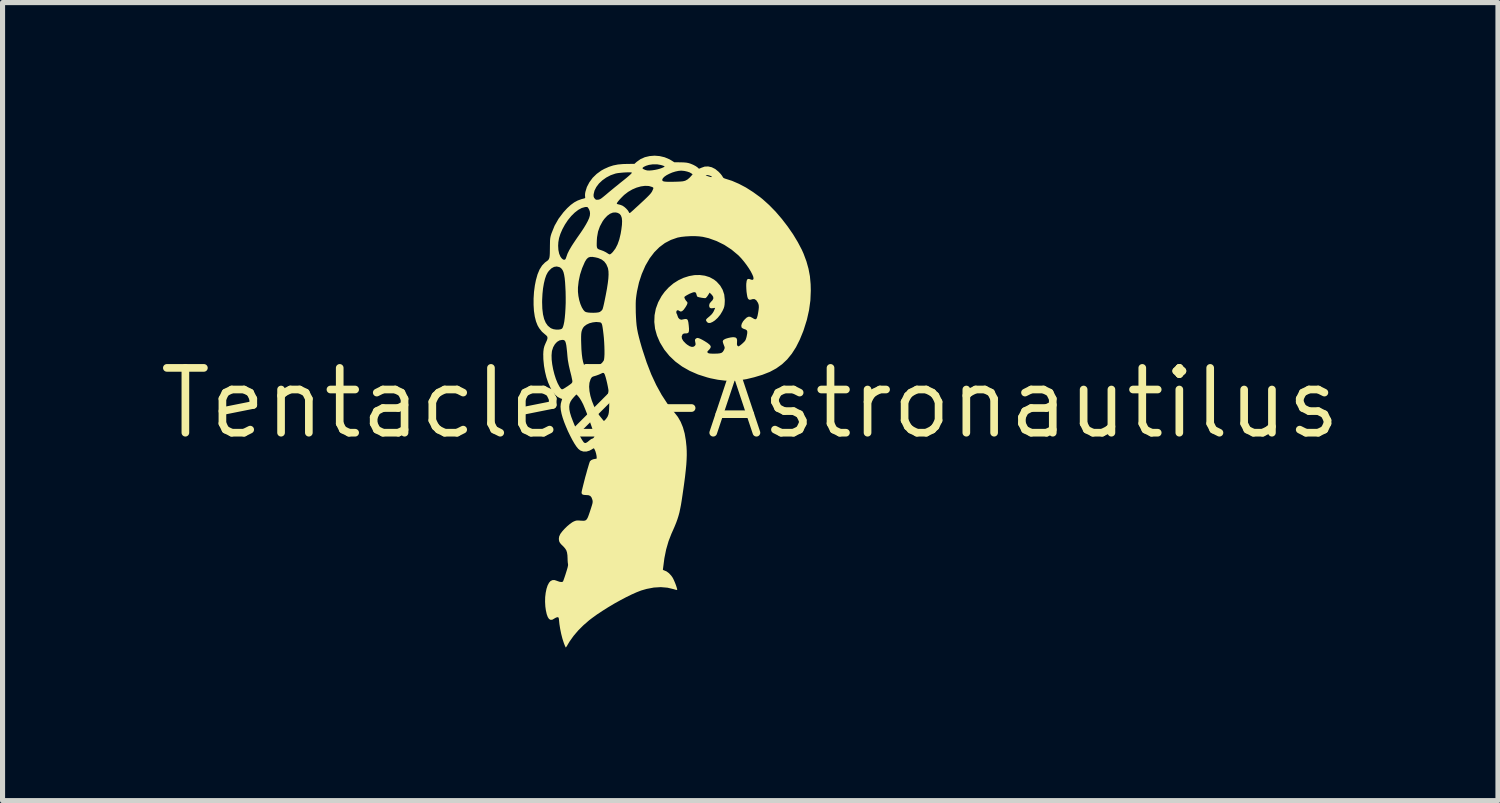
<source format=kicad_pcb>
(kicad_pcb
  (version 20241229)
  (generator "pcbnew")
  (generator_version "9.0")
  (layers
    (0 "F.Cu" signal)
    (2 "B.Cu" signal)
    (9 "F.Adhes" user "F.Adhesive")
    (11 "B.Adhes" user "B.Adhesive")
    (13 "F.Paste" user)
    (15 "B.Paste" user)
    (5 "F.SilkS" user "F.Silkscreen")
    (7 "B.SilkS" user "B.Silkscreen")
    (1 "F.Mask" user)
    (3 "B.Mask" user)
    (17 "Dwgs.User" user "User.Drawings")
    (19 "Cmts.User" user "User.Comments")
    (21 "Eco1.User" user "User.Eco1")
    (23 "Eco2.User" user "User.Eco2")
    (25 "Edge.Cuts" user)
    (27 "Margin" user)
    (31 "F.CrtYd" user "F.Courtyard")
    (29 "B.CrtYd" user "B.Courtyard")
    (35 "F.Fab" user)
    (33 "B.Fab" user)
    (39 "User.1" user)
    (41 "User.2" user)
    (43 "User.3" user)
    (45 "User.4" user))
  (footprint "Tentacle2-Astronautilus"
    (layer "F.Cu")
    (at 11.649 4.848)
    (property "Reference" "Tentacle2-Astronautilus" (at 0 0 0) (layer "F.SilkS") (effects (font (size 1.27 1.27) (thickness 0.15))))
    (attr board_only exclude_from_pos_files exclude_from_bom)
    (fp_poly (pts (xy -1.776 -4.84) (xy -1.678 -4.817) (xy -1.587 -4.779) (xy -1.552 -4.759) (xy -1.488 -4.719) (xy -1.366 -4.718) (xy -1.304 -4.716) (xy -1.256 -4.712) (xy -1.216 -4.705) (xy -1.178 -4.694) (xy -1.178 -4.694) (xy -1.119 -4.67) (xy -1.068 -4.643) (xy -1.03 -4.616) (xy -1.019 -4.604) (xy -1.008 -4.595) (xy -0.995 -4.595) (xy -0.972 -4.605) (xy -0.961 -4.61) (xy -0.894 -4.634) (xy -0.824 -4.637) (xy -0.754 -4.621) (xy -0.685 -4.586) (xy -0.619 -4.532) (xy -0.61 -4.522) (xy -0.58 -4.49) (xy -0.556 -4.459) (xy -0.542 -4.437) (xy -0.541 -4.434) (xy -0.526 -4.413) (xy -0.496 -4.399) (xy -0.485 -4.396) (xy -0.357 -4.355) (xy -0.223 -4.297) (xy -0.084 -4.224) (xy 0.054 -4.136) (xy 0.191 -4.037) (xy 0.243 -3.995) (xy 0.37 -3.881) (xy 0.496 -3.752) (xy 0.617 -3.611) (xy 0.732 -3.462) (xy 0.838 -3.309) (xy 0.931 -3.155) (xy 1.01 -3.005) (xy 1.044 -2.929) (xy 1.1 -2.779) (xy 1.141 -2.633) (xy 1.169 -2.485) (xy 1.183 -2.329) (xy 1.186 -2.203) (xy 1.178 -2.012) (xy 1.152 -1.823) (xy 1.109 -1.632) (xy 1.047 -1.435) (xy 1.038 -1.409) (xy 0.97 -1.243) (xy 0.896 -1.096) (xy 0.814 -0.968) (xy 0.723 -0.856) (xy 0.622 -0.761) (xy 0.509 -0.68) (xy 0.385 -0.613) (xy 0.248 -0.559) (xy 0.244 -0.557) (xy 0.078 -0.507) (xy -0.075 -0.47) (xy -0.219 -0.447) (xy -0.358 -0.437) (xy -0.496 -0.441) (xy -0.635 -0.458) (xy -0.78 -0.487) (xy -0.844 -0.504) (xy -1.023 -0.561) (xy -1.186 -0.632) (xy -1.335 -0.717) (xy -1.467 -0.814) (xy -1.584 -0.925) (xy -1.684 -1.048) (xy -1.766 -1.183) (xy -1.771 -1.192) (xy -1.828 -1.324) (xy -1.865 -1.457) (xy -1.88 -1.59) (xy -1.875 -1.722) (xy -1.85 -1.851) (xy -1.804 -1.976) (xy -1.738 -2.097) (xy -1.678 -2.18) (xy -1.596 -2.269) (xy -1.505 -2.346) (xy -1.407 -2.408) (xy -1.304 -2.456) (xy -1.199 -2.489) (xy -1.094 -2.508) (xy -0.99 -2.51) (xy -0.89 -2.497) (xy -0.797 -2.468) (xy -0.711 -2.421) (xy -0.659 -2.38) (xy -0.59 -2.304) (xy -0.541 -2.22) (xy -0.51 -2.127) (xy -0.499 -2.024) (xy -0.5 -1.983) (xy -0.503 -1.932) (xy -0.509 -1.894) (xy -0.52 -1.858) (xy -0.539 -1.817) (xy -0.545 -1.804) (xy -0.587 -1.734) (xy -0.638 -1.671) (xy -0.693 -1.62) (xy -0.739 -1.59) (xy -0.781 -1.572) (xy -0.813 -1.569) (xy -0.839 -1.581) (xy -0.847 -1.589) (xy -0.866 -1.616) (xy -0.864 -1.64) (xy -0.846 -1.66) (xy -0.796 -1.702) (xy -0.76 -1.736) (xy -0.735 -1.767) (xy -0.716 -1.799) (xy -0.699 -1.838) (xy -0.699 -1.839) (xy -0.688 -1.867) (xy -0.732 -1.86) (xy -0.77 -1.858) (xy -0.794 -1.87) (xy -0.804 -1.897) (xy -0.805 -1.914) (xy -0.798 -1.948) (xy -0.775 -1.979) (xy -0.739 -2.017) (xy -0.723 -2.051) (xy -0.726 -2.082) (xy -0.747 -2.115) (xy -0.758 -2.127) (xy -0.796 -2.165) (xy -0.827 -2.115) (xy -0.847 -2.086) (xy -0.866 -2.065) (xy -0.875 -2.058) (xy -0.892 -2.057) (xy -0.924 -2.06) (xy -0.963 -2.066) (xy -0.967 -2.067) (xy -1.006 -2.075) (xy -1.029 -2.082) (xy -1.041 -2.091) (xy -1.047 -2.106) (xy -1.05 -2.117) (xy -1.061 -2.153) (xy -1.077 -2.172) (xy -1.103 -2.174) (xy -1.142 -2.163) (xy -1.142 -2.162) (xy -1.185 -2.145) (xy -1.225 -2.124) (xy -1.26 -2.104) (xy -1.284 -2.087) (xy -1.292 -2.075) (xy -1.286 -2.054) (xy -1.272 -2.026) (xy -1.254 -2.001) (xy -1.245 -1.992) (xy -1.232 -1.976) (xy -1.231 -1.955) (xy -1.241 -1.927) (xy -1.264 -1.887) (xy -1.271 -1.876) (xy -1.305 -1.829) (xy -1.335 -1.802) (xy -1.362 -1.794) (xy -1.386 -1.804) (xy -1.387 -1.805) (xy -1.409 -1.818) (xy -1.427 -1.82) (xy -1.443 -1.808) (xy -1.45 -1.785) (xy -1.446 -1.761) (xy -1.443 -1.755) (xy -1.433 -1.736) (xy -1.425 -1.709) (xy -1.41 -1.672) (xy -1.384 -1.645) (xy -1.353 -1.634) (xy -1.338 -1.636) (xy -1.291 -1.646) (xy -1.258 -1.649) (xy -1.236 -1.641) (xy -1.222 -1.62) (xy -1.213 -1.583) (xy -1.206 -1.528) (xy -1.205 -1.518) (xy -1.2 -1.458) (xy -1.201 -1.416) (xy -1.207 -1.389) (xy -1.221 -1.374) (xy -1.243 -1.367) (xy -1.265 -1.366) (xy -1.299 -1.364) (xy -1.32 -1.353) (xy -1.329 -1.343) (xy -1.344 -1.305) (xy -1.338 -1.263) (xy -1.312 -1.218) (xy -1.265 -1.169) (xy -1.237 -1.146) (xy -1.186 -1.114) (xy -1.142 -1.101) (xy -1.106 -1.107) (xy -1.086 -1.123) (xy -1.074 -1.139) (xy -1.071 -1.158) (xy -1.076 -1.188) (xy -1.077 -1.193) (xy -1.083 -1.224) (xy -1.082 -1.244) (xy -1.071 -1.259) (xy -1.068 -1.262) (xy -1.043 -1.277) (xy -1.019 -1.275) (xy -0.987 -1.264) (xy -0.944 -1.243) (xy -0.895 -1.215) (xy -0.846 -1.184) (xy -0.824 -1.168) (xy -0.789 -1.138) (xy -0.774 -1.111) (xy -0.779 -1.082) (xy -0.803 -1.05) (xy -0.811 -1.042) (xy -0.833 -1.019) (xy -0.842 -1.004) (xy -0.838 -0.994) (xy -0.832 -0.986) (xy -0.82 -0.978) (xy -0.799 -0.973) (xy -0.767 -0.97) (xy -0.718 -0.969) (xy -0.701 -0.969) (xy -0.639 -0.971) (xy -0.594 -0.976) (xy -0.562 -0.986) (xy -0.54 -1.003) (xy -0.522 -1.029) (xy -0.514 -1.044) (xy -0.504 -1.068) (xy -0.501 -1.086) (xy -0.506 -1.108) (xy -0.518 -1.138) (xy -0.533 -1.18) (xy -0.539 -1.208) (xy -0.533 -1.228) (xy -0.517 -1.243) (xy -0.514 -1.245) (xy -0.48 -1.262) (xy -0.433 -1.276) (xy -0.382 -1.287) (xy -0.336 -1.292) (xy -0.333 -1.292) (xy -0.292 -1.287) (xy -0.268 -1.269) (xy -0.258 -1.238) (xy -0.259 -1.197) (xy -0.261 -1.152) (xy -0.252 -1.124) (xy -0.232 -1.112) (xy -0.228 -1.112) (xy -0.215 -1.119) (xy -0.191 -1.137) (xy -0.16 -1.162) (xy -0.153 -1.169) (xy -0.121 -1.199) (xy -0.101 -1.222) (xy -0.088 -1.248) (xy -0.077 -1.282) (xy -0.07 -1.31) (xy -0.06 -1.363) (xy -0.058 -1.4) (xy -0.067 -1.425) (xy -0.088 -1.441) (xy -0.117 -1.451) (xy -0.146 -1.463) (xy -0.167 -1.479) (xy -0.17 -1.483) (xy -0.176 -1.516) (xy -0.166 -1.557) (xy -0.141 -1.602) (xy -0.107 -1.642) (xy -0.069 -1.677) (xy -0.035 -1.693) (xy -0.001 -1.692) (xy 0.037 -1.673) (xy 0.045 -1.668) (xy 0.077 -1.649) (xy 0.101 -1.642) (xy 0.119 -1.65) (xy 0.132 -1.674) (xy 0.144 -1.716) (xy 0.153 -1.763) (xy 0.163 -1.826) (xy 0.168 -1.873) (xy 0.167 -1.91) (xy 0.161 -1.94) (xy 0.149 -1.968) (xy 0.148 -1.97) (xy 0.119 -2.014) (xy 0.087 -2.037) (xy 0.051 -2.039) (xy 0.038 -2.035) (xy 0.001 -2.025) (xy -0.023 -2.027) (xy -0.04 -2.042) (xy -0.047 -2.053) (xy -0.057 -2.082) (xy -0.065 -2.127) (xy -0.073 -2.182) (xy -0.077 -2.24) (xy -0.079 -2.296) (xy -0.078 -2.344) (xy -0.077 -2.347) (xy -0.071 -2.394) (xy -0.06 -2.422) (xy -0.043 -2.433) (xy -0.017 -2.431) (xy -0.006 -2.427) (xy 0.03 -2.416) (xy 0.052 -2.417) (xy 0.062 -2.43) (xy 0.064 -2.448) (xy 0.057 -2.482) (xy 0.037 -2.528) (xy 0.008 -2.584) (xy -0.03 -2.645) (xy -0.074 -2.709) (xy -0.122 -2.772) (xy -0.171 -2.831) (xy -0.22 -2.883) (xy -0.235 -2.898) (xy -0.367 -3.008) (xy -0.509 -3.101) (xy -0.659 -3.175) (xy -0.814 -3.231) (xy -0.93 -3.258) (xy -1.001 -3.267) (xy -1.086 -3.272) (xy -1.176 -3.271) (xy -1.266 -3.266) (xy -1.35 -3.257) (xy -1.42 -3.244) (xy -1.425 -3.243) (xy -1.554 -3.198) (xy -1.673 -3.136) (xy -1.781 -3.055) (xy -1.88 -2.956) (xy -1.97 -2.838) (xy -2.05 -2.701) (xy -2.058 -2.685) (xy -2.126 -2.529) (xy -2.18 -2.365) (xy -2.219 -2.189) (xy -2.23 -2.118) (xy -2.237 -2.065) (xy -2.242 -2.012) (xy -2.244 -1.954) (xy -2.244 -1.886) (xy -2.243 -1.803) (xy -2.243 -1.779) (xy -2.239 -1.686) (xy -2.234 -1.602) (xy -2.227 -1.525) (xy -2.216 -1.45) (xy -2.201 -1.373) (xy -2.181 -1.29) (xy -2.156 -1.196) (xy -2.125 -1.088) (xy -2.111 -1.043) (xy -2.029 -0.794) (xy -1.94 -0.564) (xy -1.842 -0.354) (xy -1.737 -0.163) (xy -1.624 0.01) (xy -1.503 0.164) (xy -1.485 0.185) (xy -1.418 0.271) (xy -1.363 0.367) (xy -1.319 0.474) (xy -1.285 0.595) (xy -1.262 0.731) (xy -1.249 0.854) (xy -1.245 0.933) (xy -1.244 1.016) (xy -1.247 1.106) (xy -1.253 1.206) (xy -1.264 1.318) (xy -1.278 1.444) (xy -1.297 1.588) (xy -1.309 1.673) (xy -1.327 1.797) (xy -1.343 1.904) (xy -1.358 1.996) (xy -1.374 2.076) (xy -1.389 2.147) (xy -1.407 2.212) (xy -1.427 2.275) (xy -1.45 2.339) (xy -1.477 2.406) (xy -1.509 2.48) (xy -1.544 2.558) (xy -1.601 2.705) (xy -1.648 2.867) (xy -1.683 3.041) (xy -1.7 3.172) (xy -1.705 3.21) (xy -1.709 3.24) (xy -1.712 3.254) (xy -1.709 3.268) (xy -1.688 3.277) (xy -1.685 3.278) (xy -1.64 3.297) (xy -1.593 3.332) (xy -1.549 3.379) (xy -1.526 3.411) (xy -1.509 3.441) (xy -1.491 3.48) (xy -1.472 3.525) (xy -1.455 3.569) (xy -1.442 3.61) (xy -1.433 3.641) (xy -1.432 3.659) (xy -1.433 3.661) (xy -1.445 3.66) (xy -1.471 3.654) (xy -1.5 3.645) (xy -1.622 3.616) (xy -1.752 3.605) (xy -1.888 3.613) (xy -2.03 3.64) (xy -2.138 3.671) (xy -2.225 3.705) (xy -2.324 3.749) (xy -2.434 3.803) (xy -2.549 3.864) (xy -2.668 3.93) (xy -2.785 4) (xy -2.899 4.072) (xy -3.006 4.143) (xy -3.101 4.212) (xy -3.156 4.254) (xy -3.269 4.352) (xy -3.372 4.455) (xy -3.462 4.561) (xy -3.537 4.666) (xy -3.573 4.725) (xy -3.591 4.757) (xy -3.606 4.779) (xy -3.614 4.788) (xy -3.62 4.778) (xy -3.631 4.754) (xy -3.646 4.717) (xy -3.654 4.695) (xy -3.68 4.615) (xy -3.704 4.521) (xy -3.724 4.423) (xy -3.739 4.328) (xy -3.744 4.282) (xy -3.748 4.239) (xy -3.752 4.213) (xy -3.758 4.2) (xy -3.768 4.195) (xy -3.778 4.194) (xy -3.803 4.201) (xy -3.832 4.216) (xy -3.839 4.221) (xy -3.878 4.243) (xy -3.912 4.246) (xy -3.942 4.229) (xy -3.967 4.191) (xy -3.988 4.134) (xy -4.005 4.056) (xy -4.015 3.983) (xy -4.02 3.892) (xy -4.018 3.801) (xy -4.008 3.716) (xy -3.992 3.638) (xy -3.97 3.571) (xy -3.942 3.518) (xy -3.913 3.486) (xy -3.877 3.468) (xy -3.836 3.466) (xy -3.787 3.482) (xy -3.78 3.485) (xy -3.736 3.5) (xy -3.699 3.505) (xy -3.674 3.499) (xy -3.668 3.493) (xy -3.662 3.478) (xy -3.651 3.448) (xy -3.636 3.405) (xy -3.619 3.354) (xy -3.612 3.331) (xy -3.591 3.264) (xy -3.577 3.214) (xy -3.57 3.178) (xy -3.57 3.155) (xy -3.571 3.151) (xy -3.575 3.124) (xy -3.578 3.084) (xy -3.579 3.048) (xy -3.582 2.98) (xy -3.59 2.927) (xy -3.604 2.884) (xy -3.627 2.848) (xy -3.659 2.811) (xy -3.664 2.806) (xy -3.703 2.768) (xy -3.728 2.738) (xy -3.742 2.711) (xy -3.748 2.683) (xy -3.75 2.656) (xy -3.744 2.614) (xy -3.725 2.571) (xy -3.717 2.557) (xy -3.683 2.512) (xy -3.639 2.463) (xy -3.589 2.414) (xy -3.538 2.371) (xy -3.491 2.337) (xy -3.469 2.324) (xy -3.435 2.309) (xy -3.408 2.301) (xy -3.377 2.299) (xy -3.336 2.301) (xy -3.33 2.302) (xy -3.291 2.304) (xy -3.26 2.305) (xy -3.235 2.3) (xy -3.215 2.289) (xy -3.198 2.268) (xy -3.181 2.236) (xy -3.164 2.191) (xy -3.143 2.13) (xy -3.118 2.053) (xy -3.102 2.002) (xy -3.092 1.966) (xy -3.088 1.94) (xy -3.088 1.919) (xy -3.092 1.897) (xy -3.093 1.894) (xy -3.11 1.848) (xy -3.134 1.819) (xy -3.168 1.804) (xy -3.214 1.801) (xy -3.26 1.798) (xy -3.288 1.789) (xy -3.302 1.772) (xy -3.305 1.75) (xy -3.302 1.73) (xy -3.294 1.693) (xy -3.282 1.644) (xy -3.267 1.584) (xy -3.25 1.517) (xy -3.232 1.447) (xy -3.212 1.377) (xy -3.194 1.31) (xy -3.176 1.25) (xy -3.161 1.199) (xy -3.149 1.162) (xy -3.141 1.141) (xy -3.14 1.139) (xy -3.116 1.117) (xy -3.078 1.1) (xy -3.036 1.092) (xy -3.025 1.091) (xy -3.014 1.089) (xy -3.009 1.08) (xy -3.009 1.058) (xy -3.012 1.03) (xy -3.021 0.986) (xy -3.034 0.943) (xy -3.042 0.924) (xy -3.055 0.897) (xy -3.065 0.886) (xy -3.076 0.888) (xy -3.086 0.895) (xy -3.149 0.931) (xy -3.211 0.949) (xy -3.272 0.948) (xy -3.327 0.929) (xy -3.368 0.897) (xy -3.404 0.854) (xy -3.444 0.794) (xy -3.486 0.721) (xy -3.529 0.638) (xy -3.572 0.55) (xy -3.611 0.459) (xy -3.647 0.369) (xy -3.676 0.284) (xy -3.697 0.209) (xy -3.712 0.133) (xy -3.717 0.069) (xy -3.717 0.067) (xy -3.547 0.067) (xy -3.544 0.124) (xy -3.531 0.19) (xy -3.507 0.268) (xy -3.472 0.36) (xy -3.447 0.422) (xy -3.424 0.474) (xy -3.396 0.532) (xy -3.366 0.592) (xy -3.336 0.649) (xy -3.308 0.7) (xy -3.283 0.739) (xy -3.266 0.764) (xy -3.265 0.765) (xy -3.245 0.78) (xy -3.223 0.781) (xy -3.194 0.765) (xy -3.164 0.741) (xy -3.137 0.719) (xy -3.114 0.703) (xy -3.103 0.699) (xy -3.08 0.69) (xy -3.06 0.669) (xy -3.051 0.644) (xy -3.051 0.641) (xy -3.054 0.624) (xy -3.064 0.591) (xy -3.079 0.545) (xy -3.099 0.487) (xy -3.121 0.423) (xy -3.146 0.353) (xy -3.172 0.283) (xy -3.197 0.213) (xy -3.222 0.149) (xy -3.241 0.101) (xy -3.274 0.023) (xy -3.309 -0.044) (xy -3.343 -0.099) (xy -3.374 -0.138) (xy -3.376 -0.141) (xy -3.407 -0.17) (xy -3.456 -0.118) (xy -3.494 -0.073) (xy -3.522 -0.029) (xy -3.54 0.017) (xy -3.547 0.067) (xy -3.717 0.067) (xy -3.712 0.012) (xy -3.702 -0.027) (xy -3.693 -0.057) (xy -3.687 -0.077) (xy -3.686 -0.081) (xy -3.695 -0.085) (xy -3.717 -0.093) (xy -3.723 -0.095) (xy -3.776 -0.123) (xy -3.828 -0.17) (xy -3.876 -0.234) (xy -3.92 -0.313) (xy -3.96 -0.404) (xy -3.994 -0.505) (xy -4.021 -0.615) (xy -4.041 -0.73) (xy -4.053 -0.85) (xy -4.054 -0.87) (xy -4.055 -0.937) (xy -3.893 -0.937) (xy -3.891 -0.853) (xy -3.88 -0.76) (xy -3.862 -0.663) (xy -3.838 -0.567) (xy -3.809 -0.476) (xy -3.776 -0.394) (xy -3.74 -0.326) (xy -3.722 -0.299) (xy -3.708 -0.282) (xy -3.696 -0.273) (xy -3.682 -0.271) (xy -3.662 -0.279) (xy -3.633 -0.296) (xy -3.595 -0.321) (xy -3.157 -0.321) (xy -3.15 -0.234) (xy -3.132 -0.142) (xy -3.103 -0.045) (xy -3.065 0.051) (xy -3.017 0.145) (xy -2.962 0.234) (xy -2.9 0.313) (xy -2.867 0.351) (xy -2.831 0.316) (xy -2.798 0.27) (xy -2.779 0.224) (xy -2.771 0.184) (xy -2.766 0.126) (xy -2.763 0.057) (xy -2.763 -0.019) (xy -2.765 -0.099) (xy -2.77 -0.176) (xy -2.778 -0.247) (xy -2.78 -0.268) (xy -2.791 -0.328) (xy -2.804 -0.391) (xy -2.819 -0.454) (xy -2.834 -0.51) (xy -2.849 -0.556) (xy -2.861 -0.584) (xy -2.868 -0.595) (xy -2.878 -0.597) (xy -2.896 -0.591) (xy -2.923 -0.578) (xy -2.963 -0.56) (xy -3.011 -0.542) (xy -3.04 -0.533) (xy -3.077 -0.522) (xy -3.099 -0.511) (xy -3.114 -0.494) (xy -3.129 -0.467) (xy -3.131 -0.461) (xy -3.151 -0.397) (xy -3.157 -0.321) (xy -3.595 -0.321) (xy -3.591 -0.323) (xy -3.573 -0.335) (xy -3.532 -0.364) (xy -3.506 -0.384) (xy -3.492 -0.4) (xy -3.486 -0.415) (xy -3.485 -0.426) (xy -3.487 -0.447) (xy -3.495 -0.484) (xy -3.505 -0.533) (xy -3.519 -0.589) (xy -3.528 -0.623) (xy -3.555 -0.74) (xy -3.574 -0.846) (xy -3.581 -0.911) (xy -3.589 -1.003) (xy -3.597 -1.076) (xy -3.604 -1.133) (xy -3.613 -1.175) (xy -3.622 -1.204) (xy -3.634 -1.223) (xy -3.649 -1.234) (xy -3.666 -1.238) (xy -3.684 -1.239) (xy -3.737 -1.229) (xy -3.785 -1.2) (xy -3.827 -1.155) (xy -3.861 -1.096) (xy -3.884 -1.026) (xy -3.887 -1.008) (xy -3.893 -0.937) (xy -4.055 -0.937) (xy -4.056 -0.95) (xy -4.053 -1.015) (xy -4.046 -1.069) (xy -4.033 -1.118) (xy -4.013 -1.167) (xy -4.003 -1.189) (xy -3.981 -1.238) (xy -3.972 -1.275) (xy -3.977 -1.301) (xy -3.314 -1.301) (xy -3.314 -1.232) (xy -3.312 -1.165) (xy -3.308 -1.055) (xy -3.3 -0.957) (xy -3.289 -0.873) (xy -3.275 -0.806) (xy -3.259 -0.756) (xy -3.255 -0.748) (xy -3.232 -0.71) (xy -3.208 -0.683) (xy -3.186 -0.671) (xy -3.178 -0.672) (xy -3.159 -0.676) (xy -3.127 -0.684) (xy -3.104 -0.689) (xy -3.025 -0.713) (xy -2.957 -0.747) (xy -2.904 -0.789) (xy -2.872 -0.831) (xy -2.864 -0.858) (xy -2.859 -0.902) (xy -2.856 -0.96) (xy -2.856 -1.03) (xy -2.858 -1.109) (xy -2.862 -1.192) (xy -2.868 -1.278) (xy -2.875 -1.345) (xy -2.884 -1.421) (xy -2.892 -1.478) (xy -2.899 -1.519) (xy -2.907 -1.548) (xy -2.916 -1.566) (xy -2.927 -1.577) (xy -2.941 -1.582) (xy -2.95 -1.584) (xy -3.017 -1.59) (xy -3.086 -1.582) (xy -3.152 -1.565) (xy -3.21 -1.537) (xy -3.254 -1.503) (xy -3.27 -1.484) (xy -3.286 -1.457) (xy -3.298 -1.428) (xy -3.307 -1.395) (xy -3.312 -1.354) (xy -3.314 -1.301) (xy -3.977 -1.301) (xy -3.978 -1.304) (xy -3.998 -1.328) (xy -4.019 -1.345) (xy -4.081 -1.399) (xy -4.136 -1.469) (xy -4.167 -1.523) (xy -4.198 -1.602) (xy -4.222 -1.698) (xy -4.238 -1.806) (xy -4.245 -1.925) (xy -4.245 -1.979) (xy -4.078 -1.979) (xy -4.074 -1.851) (xy -4.061 -1.741) (xy -4.039 -1.649) (xy -4.007 -1.574) (xy -3.966 -1.516) (xy -3.915 -1.474) (xy -3.895 -1.463) (xy -3.854 -1.448) (xy -3.807 -1.441) (xy -3.759 -1.44) (xy -3.718 -1.446) (xy -3.69 -1.458) (xy -3.687 -1.461) (xy -3.671 -1.487) (xy -3.657 -1.533) (xy -3.644 -1.595) (xy -3.634 -1.672) (xy -3.626 -1.76) (xy -3.62 -1.858) (xy -3.616 -1.963) (xy -3.616 -2.073) (xy -3.618 -2.186) (xy -3.622 -2.264) (xy -3.376 -2.264) (xy -3.376 -2.182) (xy -3.367 -2.099) (xy -3.351 -2.018) (xy -3.328 -1.942) (xy -3.3 -1.876) (xy -3.268 -1.824) (xy -3.24 -1.794) (xy -3.216 -1.783) (xy -3.176 -1.775) (xy -3.127 -1.771) (xy -3.074 -1.77) (xy -3.023 -1.772) (xy -2.978 -1.777) (xy -2.948 -1.786) (xy -2.919 -1.807) (xy -2.897 -1.833) (xy -2.896 -1.835) (xy -2.889 -1.854) (xy -2.879 -1.891) (xy -2.867 -1.942) (xy -2.854 -2.003) (xy -2.84 -2.072) (xy -2.832 -2.112) (xy -2.808 -2.24) (xy -2.791 -2.35) (xy -2.78 -2.443) (xy -2.776 -2.52) (xy -2.778 -2.584) (xy -2.786 -2.634) (xy -2.79 -2.65) (xy -2.82 -2.72) (xy -2.86 -2.774) (xy -2.912 -2.814) (xy -2.98 -2.843) (xy -3.03 -2.855) (xy -3.092 -2.865) (xy -3.139 -2.864) (xy -3.176 -2.85) (xy -3.206 -2.822) (xy -3.235 -2.777) (xy -3.242 -2.764) (xy -3.294 -2.644) (xy -3.335 -2.517) (xy -3.362 -2.388) (xy -3.376 -2.264) (xy -3.622 -2.264) (xy -3.622 -2.267) (xy -3.628 -2.368) (xy -3.636 -2.451) (xy -3.647 -2.517) (xy -3.66 -2.568) (xy -3.677 -2.606) (xy -3.698 -2.635) (xy -3.723 -2.656) (xy -3.74 -2.665) (xy -3.792 -2.677) (xy -3.844 -2.669) (xy -3.895 -2.641) (xy -3.944 -2.593) (xy -3.968 -2.561) (xy -3.997 -2.506) (xy -4.022 -2.434) (xy -4.043 -2.347) (xy -4.06 -2.248) (xy -4.071 -2.141) (xy -4.077 -2.028) (xy -4.078 -1.979) (xy -4.245 -1.979) (xy -4.245 -2.05) (xy -4.237 -2.178) (xy -4.22 -2.306) (xy -4.2 -2.407) (xy -4.168 -2.522) (xy -4.128 -2.618) (xy -4.079 -2.696) (xy -4.022 -2.755) (xy -3.993 -2.776) (xy -3.972 -2.791) (xy -3.956 -2.806) (xy -3.944 -2.825) (xy -3.935 -2.85) (xy -3.93 -2.885) (xy -3.927 -2.932) (xy -3.926 -2.994) (xy -3.925 -3.066) (xy -3.925 -3.082) (xy -3.764 -3.082) (xy -3.759 -3) (xy -3.744 -2.928) (xy -3.719 -2.87) (xy -3.696 -2.838) (xy -3.668 -2.814) (xy -3.645 -2.808) (xy -3.626 -2.815) (xy -3.616 -2.829) (xy -3.606 -2.856) (xy -3.601 -2.87) (xy -3.581 -2.927) (xy -3.547 -2.996) (xy -3.499 -3.078) (xy -3.466 -3.129) (xy -3.008 -3.129) (xy -3.008 -3.084) (xy -3.004 -3.053) (xy -2.995 -3.032) (xy -2.978 -3.018) (xy -2.953 -3.007) (xy -2.923 -2.997) (xy -2.879 -2.981) (xy -2.838 -2.961) (xy -2.809 -2.944) (xy -2.782 -2.926) (xy -2.759 -2.915) (xy -2.752 -2.914) (xy -2.736 -2.921) (xy -2.713 -2.94) (xy -2.691 -2.963) (xy -2.641 -3.03) (xy -2.6 -3.11) (xy -2.566 -3.206) (xy -2.539 -3.319) (xy -2.526 -3.397) (xy -2.514 -3.492) (xy -2.511 -3.568) (xy -2.517 -3.628) (xy -2.533 -3.674) (xy -2.558 -3.706) (xy -2.594 -3.726) (xy -2.635 -3.736) (xy -2.691 -3.733) (xy -2.748 -3.71) (xy -2.805 -3.668) (xy -2.86 -3.608) (xy -2.892 -3.563) (xy -2.945 -3.465) (xy -2.982 -3.362) (xy -3.002 -3.249) (xy -3.006 -3.192) (xy -3.008 -3.129) (xy -3.466 -3.129) (xy -3.436 -3.174) (xy -3.394 -3.236) (xy -3.322 -3.339) (xy -3.263 -3.428) (xy -3.217 -3.504) (xy -3.182 -3.569) (xy -3.157 -3.625) (xy -3.143 -3.673) (xy -3.139 -3.715) (xy -3.143 -3.753) (xy -3.155 -3.788) (xy -3.168 -3.812) (xy -3.183 -3.834) (xy -3.197 -3.843) (xy -3.22 -3.843) (xy -3.238 -3.841) (xy -3.302 -3.823) (xy -3.37 -3.786) (xy -3.439 -3.733) (xy -3.507 -3.666) (xy -3.572 -3.587) (xy -3.631 -3.498) (xy -3.681 -3.406) (xy -3.72 -3.316) (xy -3.746 -3.234) (xy -3.76 -3.154) (xy -3.764 -3.082) (xy -3.925 -3.082) (xy -3.924 -3.132) (xy -3.923 -3.182) (xy -3.92 -3.22) (xy -3.915 -3.252) (xy -3.908 -3.282) (xy -3.897 -3.317) (xy -3.894 -3.326) (xy -3.834 -3.475) (xy -3.756 -3.612) (xy -3.661 -3.738) (xy -3.587 -3.819) (xy -3.516 -3.884) (xy -3.483 -3.908) (xy -2.616 -3.908) (xy -2.607 -3.901) (xy -2.584 -3.894) (xy -2.577 -3.893) (xy -2.54 -3.883) (xy -2.503 -3.868) (xy -2.5 -3.866) (xy -2.467 -3.844) (xy -2.433 -3.814) (xy -2.402 -3.78) (xy -2.382 -3.749) (xy -2.378 -3.74) (xy -2.368 -3.724) (xy -2.357 -3.726) (xy -2.345 -3.735) (xy -2.321 -3.756) (xy -2.285 -3.788) (xy -2.241 -3.829) (xy -2.19 -3.875) (xy -2.144 -3.918) (xy -2.078 -3.979) (xy -2.027 -4.028) (xy -1.988 -4.067) (xy -1.959 -4.098) (xy -1.939 -4.124) (xy -1.925 -4.145) (xy -1.921 -4.154) (xy -1.905 -4.189) (xy -1.898 -4.21) (xy -1.901 -4.222) (xy -1.913 -4.23) (xy -1.923 -4.235) (xy -1.987 -4.254) (xy -2.062 -4.257) (xy -2.143 -4.246) (xy -2.228 -4.222) (xy -2.312 -4.186) (xy -2.394 -4.138) (xy -2.468 -4.081) (xy -2.481 -4.069) (xy -2.522 -4.028) (xy -2.559 -3.989) (xy -2.589 -3.953) (xy -2.609 -3.925) (xy -2.616 -3.908) (xy -3.483 -3.908) (xy -3.449 -3.933) (xy -3.382 -3.969) (xy -3.309 -3.996) (xy -3.259 -4.009) (xy -3.238 -4.016) (xy -3.233 -4.029) (xy -3.236 -4.046) (xy -3.236 -4.054) (xy -3.07 -4.054) (xy -3.062 -4.028) (xy -3.05 -4.011) (xy -3.032 -3.991) (xy -3.012 -3.984) (xy -2.982 -3.985) (xy -2.981 -3.985) (xy -2.961 -3.989) (xy -2.939 -3.998) (xy -2.914 -4.014) (xy -2.881 -4.04) (xy -2.836 -4.077) (xy -2.825 -4.086) (xy -2.778 -4.126) (xy -2.72 -4.174) (xy -2.657 -4.226) (xy -2.593 -4.277) (xy -2.551 -4.312) (xy -2.478 -4.37) (xy -2.478 -4.37) (xy -1.724 -4.37) (xy -1.72 -4.358) (xy -1.708 -4.348) (xy -1.687 -4.342) (xy -1.653 -4.338) (xy -1.606 -4.336) (xy -1.541 -4.336) (xy -1.488 -4.337) (xy -1.416 -4.339) (xy -1.361 -4.342) (xy -1.32 -4.346) (xy -1.29 -4.353) (xy -1.271 -4.359) (xy -1.229 -4.382) (xy -1.185 -4.42) (xy -1.176 -4.43) (xy -1.147 -4.462) (xy -0.872 -4.462) (xy -0.859 -4.456) (xy -0.831 -4.446) (xy -0.788 -4.433) (xy -0.762 -4.428) (xy -0.752 -4.432) (xy -0.752 -4.433) (xy -0.761 -4.443) (xy -0.784 -4.454) (xy -0.813 -4.463) (xy -0.841 -4.468) (xy -0.851 -4.468) (xy -0.869 -4.465) (xy -0.872 -4.462) (xy -1.147 -4.462) (xy -1.129 -4.482) (xy -1.155 -4.502) (xy -1.189 -4.521) (xy -1.237 -4.537) (xy -1.291 -4.549) (xy -1.343 -4.554) (xy -1.352 -4.555) (xy -1.408 -4.55) (xy -1.468 -4.537) (xy -1.529 -4.518) (xy -1.587 -4.493) (xy -1.639 -4.466) (xy -1.681 -4.437) (xy -1.711 -4.407) (xy -1.724 -4.38) (xy -1.724 -4.37) (xy -2.478 -4.37) (xy -2.421 -4.416) (xy -2.379 -4.452) (xy -2.349 -4.479) (xy -2.33 -4.498) (xy -2.321 -4.511) (xy -2.32 -4.516) (xy -2.329 -4.52) (xy -2.356 -4.522) (xy -2.395 -4.522) (xy -2.443 -4.52) (xy -2.494 -4.517) (xy -2.545 -4.512) (xy -2.592 -4.507) (xy -2.63 -4.5) (xy -2.643 -4.497) (xy -2.735 -4.465) (xy -2.821 -4.42) (xy -2.898 -4.365) (xy -2.964 -4.303) (xy -3.016 -4.234) (xy -3.052 -4.163) (xy -3.069 -4.091) (xy -3.069 -4.09) (xy -3.07 -4.054) (xy -3.236 -4.054) (xy -3.238 -4.074) (xy -3.235 -4.112) (xy -3.23 -4.139) (xy -3.201 -4.234) (xy -3.152 -4.327) (xy -3.088 -4.414) (xy -3.009 -4.491) (xy -2.918 -4.557) (xy -2.86 -4.589) (xy -2.837 -4.599) (xy -2.111 -4.599) (xy -2.098 -4.587) (xy -2.096 -4.586) (xy -2.058 -4.569) (xy -2.021 -4.559) (xy -1.978 -4.557) (xy -1.924 -4.561) (xy -1.864 -4.57) (xy -1.817 -4.58) (xy -1.77 -4.593) (xy -1.73 -4.607) (xy -1.699 -4.621) (xy -1.681 -4.633) (xy -1.679 -4.64) (xy -1.691 -4.646) (xy -1.718 -4.656) (xy -1.753 -4.666) (xy -1.827 -4.679) (xy -1.907 -4.679) (xy -1.984 -4.668) (xy -2.042 -4.65) (xy -2.084 -4.63) (xy -2.107 -4.613) (xy -2.111 -4.599) (xy -2.837 -4.599) (xy -2.77 -4.629) (xy -2.684 -4.657) (xy -2.594 -4.675) (xy -2.494 -4.684) (xy -2.419 -4.686) (xy -2.269 -4.688) (xy -2.224 -4.728) (xy -2.151 -4.78) (xy -2.066 -4.818) (xy -1.973 -4.84) (xy -1.875 -4.848)) (stroke (width 0) (type solid)) (fill yes) (layer "F.SilkS")))
  (gr_rect
    (start -3 -3)
    (end 26.298 12.636)
    (stroke (width 0.1) (type default))
    (fill no)
    (layer "Edge.Cuts")))
</source>
